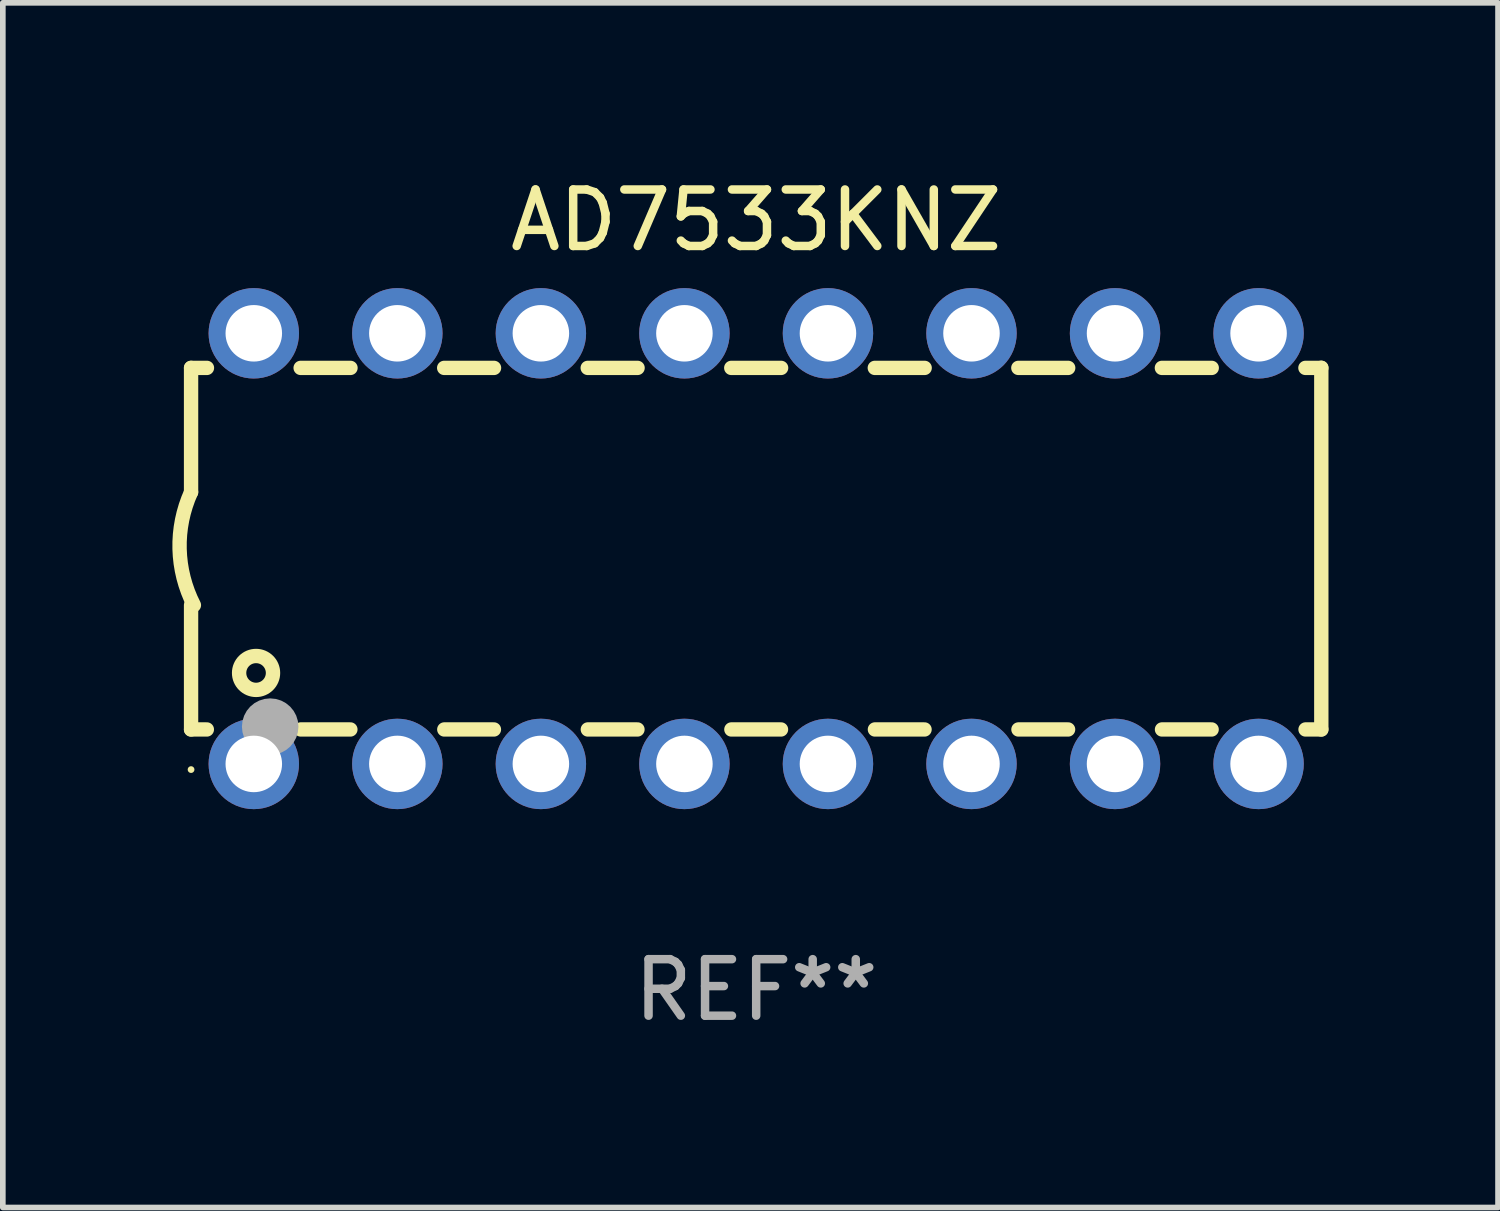
<source format=kicad_pcb>
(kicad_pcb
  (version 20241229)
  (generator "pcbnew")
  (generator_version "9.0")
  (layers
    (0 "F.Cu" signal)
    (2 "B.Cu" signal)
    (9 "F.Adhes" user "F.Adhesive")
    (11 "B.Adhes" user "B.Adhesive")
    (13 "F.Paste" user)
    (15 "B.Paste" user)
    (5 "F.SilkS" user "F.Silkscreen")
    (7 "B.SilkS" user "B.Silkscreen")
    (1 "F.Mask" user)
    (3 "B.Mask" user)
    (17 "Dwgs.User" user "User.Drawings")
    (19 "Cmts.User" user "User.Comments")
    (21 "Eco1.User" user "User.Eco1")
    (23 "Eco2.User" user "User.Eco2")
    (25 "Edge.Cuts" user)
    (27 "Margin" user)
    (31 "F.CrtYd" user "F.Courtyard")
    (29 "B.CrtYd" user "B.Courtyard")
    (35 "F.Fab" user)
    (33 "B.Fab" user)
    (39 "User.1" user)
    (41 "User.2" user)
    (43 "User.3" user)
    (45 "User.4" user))
  (footprint "AD7533KNZ"
    (layer "F.Cu")
    (at 10.331 6.658)
    (property "Reference" "AD7533KNZ" (at 0 -5.81 0) (layer "F.SilkS") (effects (font (size 1 1) (thickness 0.15))))
    (attr through_hole)
    (fp_line (start -10 -3.198) (end -9.719 -3.198) (stroke (width 0.254) (type solid)) (layer "F.SilkS"))
    (fp_line (start -10 -0.998) (end -10 -3.198) (stroke (width 0.254) (type solid)) (layer "F.SilkS"))
    (fp_line (start -10 3.2) (end -10 1) (stroke (width 0.254) (type solid)) (layer "F.SilkS"))
    (fp_line (start -10 3.2) (end -9.721 3.2) (stroke (width 0.254) (type solid)) (layer "F.SilkS"))
    (fp_line (start -8.061 -3.198) (end -7.179 -3.198) (stroke (width 0.254) (type solid)) (layer "F.SilkS"))
    (fp_line (start -8.059 3.2) (end -7.181 3.2) (stroke (width 0.254) (type solid)) (layer "F.SilkS"))
    (fp_line (start -5.521 -3.198) (end -4.639 -3.198) (stroke (width 0.254) (type solid)) (layer "F.SilkS"))
    (fp_line (start -5.519 3.2) (end -4.641 3.2) (stroke (width 0.254) (type solid)) (layer "F.SilkS"))
    (fp_line (start -2.981 -3.198) (end -2.099 -3.198) (stroke (width 0.254) (type solid)) (layer "F.SilkS"))
    (fp_line (start -2.979 3.2) (end -2.101 3.2) (stroke (width 0.254) (type solid)) (layer "F.SilkS"))
    (fp_line (start -0.441 -3.198) (end 0.441 -3.198) (stroke (width 0.254) (type solid)) (layer "F.SilkS"))
    (fp_line (start -0.439 3.2) (end 0.439 3.2) (stroke (width 0.254) (type solid)) (layer "F.SilkS"))
    (fp_line (start 2.099 -3.198) (end 2.981 -3.198) (stroke (width 0.254) (type solid)) (layer "F.SilkS"))
    (fp_line (start 2.101 3.2) (end 2.979 3.2) (stroke (width 0.254) (type solid)) (layer "F.SilkS"))
    (fp_line (start 4.639 -3.198) (end 5.521 -3.198) (stroke (width 0.254) (type solid)) (layer "F.SilkS"))
    (fp_line (start 4.641 3.2) (end 5.519 3.2) (stroke (width 0.254) (type solid)) (layer "F.SilkS"))
    (fp_line (start 7.179 -3.198) (end 8.061 -3.198) (stroke (width 0.254) (type solid)) (layer "F.SilkS"))
    (fp_line (start 7.181 3.2) (end 8.059 3.2) (stroke (width 0.254) (type solid)) (layer "F.SilkS"))
    (fp_line (start 9.719 -3.198) (end 10 -3.198) (stroke (width 0.254) (type solid)) (layer "F.SilkS"))
    (fp_line (start 9.721 3.2) (end 10 3.2) (stroke (width 0.254) (type solid)) (layer "F.SilkS"))
    (fp_line (start 10 3.2) (end 10 -3.2) (stroke (width 0.254) (type solid)) (layer "F.SilkS"))
    (fp_arc (start -9.949962 1) (mid -10.203153 0.005709) (end -10 -1) (stroke (width 0.254001) (type solid)) (layer "F.SilkS"))
    (fp_circle (center -10 3.91) (end -9.97 3.91) (stroke (width 0.06) (type solid)) (fill no) (layer "F.SilkS"))
    (fp_circle (center -8.85 2.2) (end -8.55 2.2) (stroke (width 0.254) (type solid)) (fill no) (layer "F.SilkS"))
    (fp_circle (center -8.6 3.15) (end -8.35 3.15) (stroke (width 0.5) (type solid)) (fill no) (layer "F.Fab"))
    (fp_text user "REF**" (at 0 7.81 0) (layer "F.Fab") (effects (font (size 1 1) (thickness 0.15))))
    (pad "1" thru_hole circle (at -8.89 3.81) (size 1.6 1.6) (drill 1) (layers "*.Cu" "*.Mask"))
    (pad "2" thru_hole circle (at -6.35 3.81) (size 1.6 1.6) (drill 1) (layers "*.Cu" "*.Mask"))
    (pad "3" thru_hole circle (at -3.81 3.81) (size 1.6 1.6) (drill 1) (layers "*.Cu" "*.Mask"))
    (pad "4" thru_hole circle (at -1.27 3.81) (size 1.6 1.6) (drill 1) (layers "*.Cu" "*.Mask"))
    (pad "5" thru_hole circle (at 1.27 3.81) (size 1.6 1.6) (drill 1) (layers "*.Cu" "*.Mask"))
    (pad "6" thru_hole circle (at 3.81 3.81) (size 1.6 1.6) (drill 1) (layers "*.Cu" "*.Mask"))
    (pad "7" thru_hole circle (at 6.35 3.81) (size 1.6 1.6) (drill 1) (layers "*.Cu" "*.Mask"))
    (pad "8" thru_hole circle (at 8.89 3.81) (size 1.6 1.6) (drill 1) (layers "*.Cu" "*.Mask"))
    (pad "9" thru_hole circle (at 8.89 -3.81) (size 1.6 1.6) (drill 1) (layers "*.Cu" "*.Mask"))
    (pad "10" thru_hole circle (at 6.35 -3.81) (size 1.6 1.6) (drill 1) (layers "*.Cu" "*.Mask"))
    (pad "11" thru_hole circle (at 3.81 -3.81) (size 1.6 1.6) (drill 1) (layers "*.Cu" "*.Mask"))
    (pad "12" thru_hole circle (at 1.27 -3.81) (size 1.6 1.6) (drill 1) (layers "*.Cu" "*.Mask"))
    (pad "13" thru_hole circle (at -1.27 -3.81) (size 1.6 1.6) (drill 1) (layers "*.Cu" "*.Mask"))
    (pad "14" thru_hole circle (at -3.81 -3.81) (size 1.6 1.6) (drill 1) (layers "*.Cu" "*.Mask"))
    (pad "15" thru_hole circle (at -6.35 -3.81) (size 1.6 1.6) (drill 1) (layers "*.Cu" "*.Mask"))
    (pad "16" thru_hole circle (at -8.89 -3.81) (size 1.6 1.6) (drill 1) (layers "*.Cu" "*.Mask")))
  (gr_rect
    (start -3 -3)
    (end 23.458 18.317)
    (stroke (width 0.1) (type default))
    (fill no)
    (layer "Edge.Cuts")))
</source>
